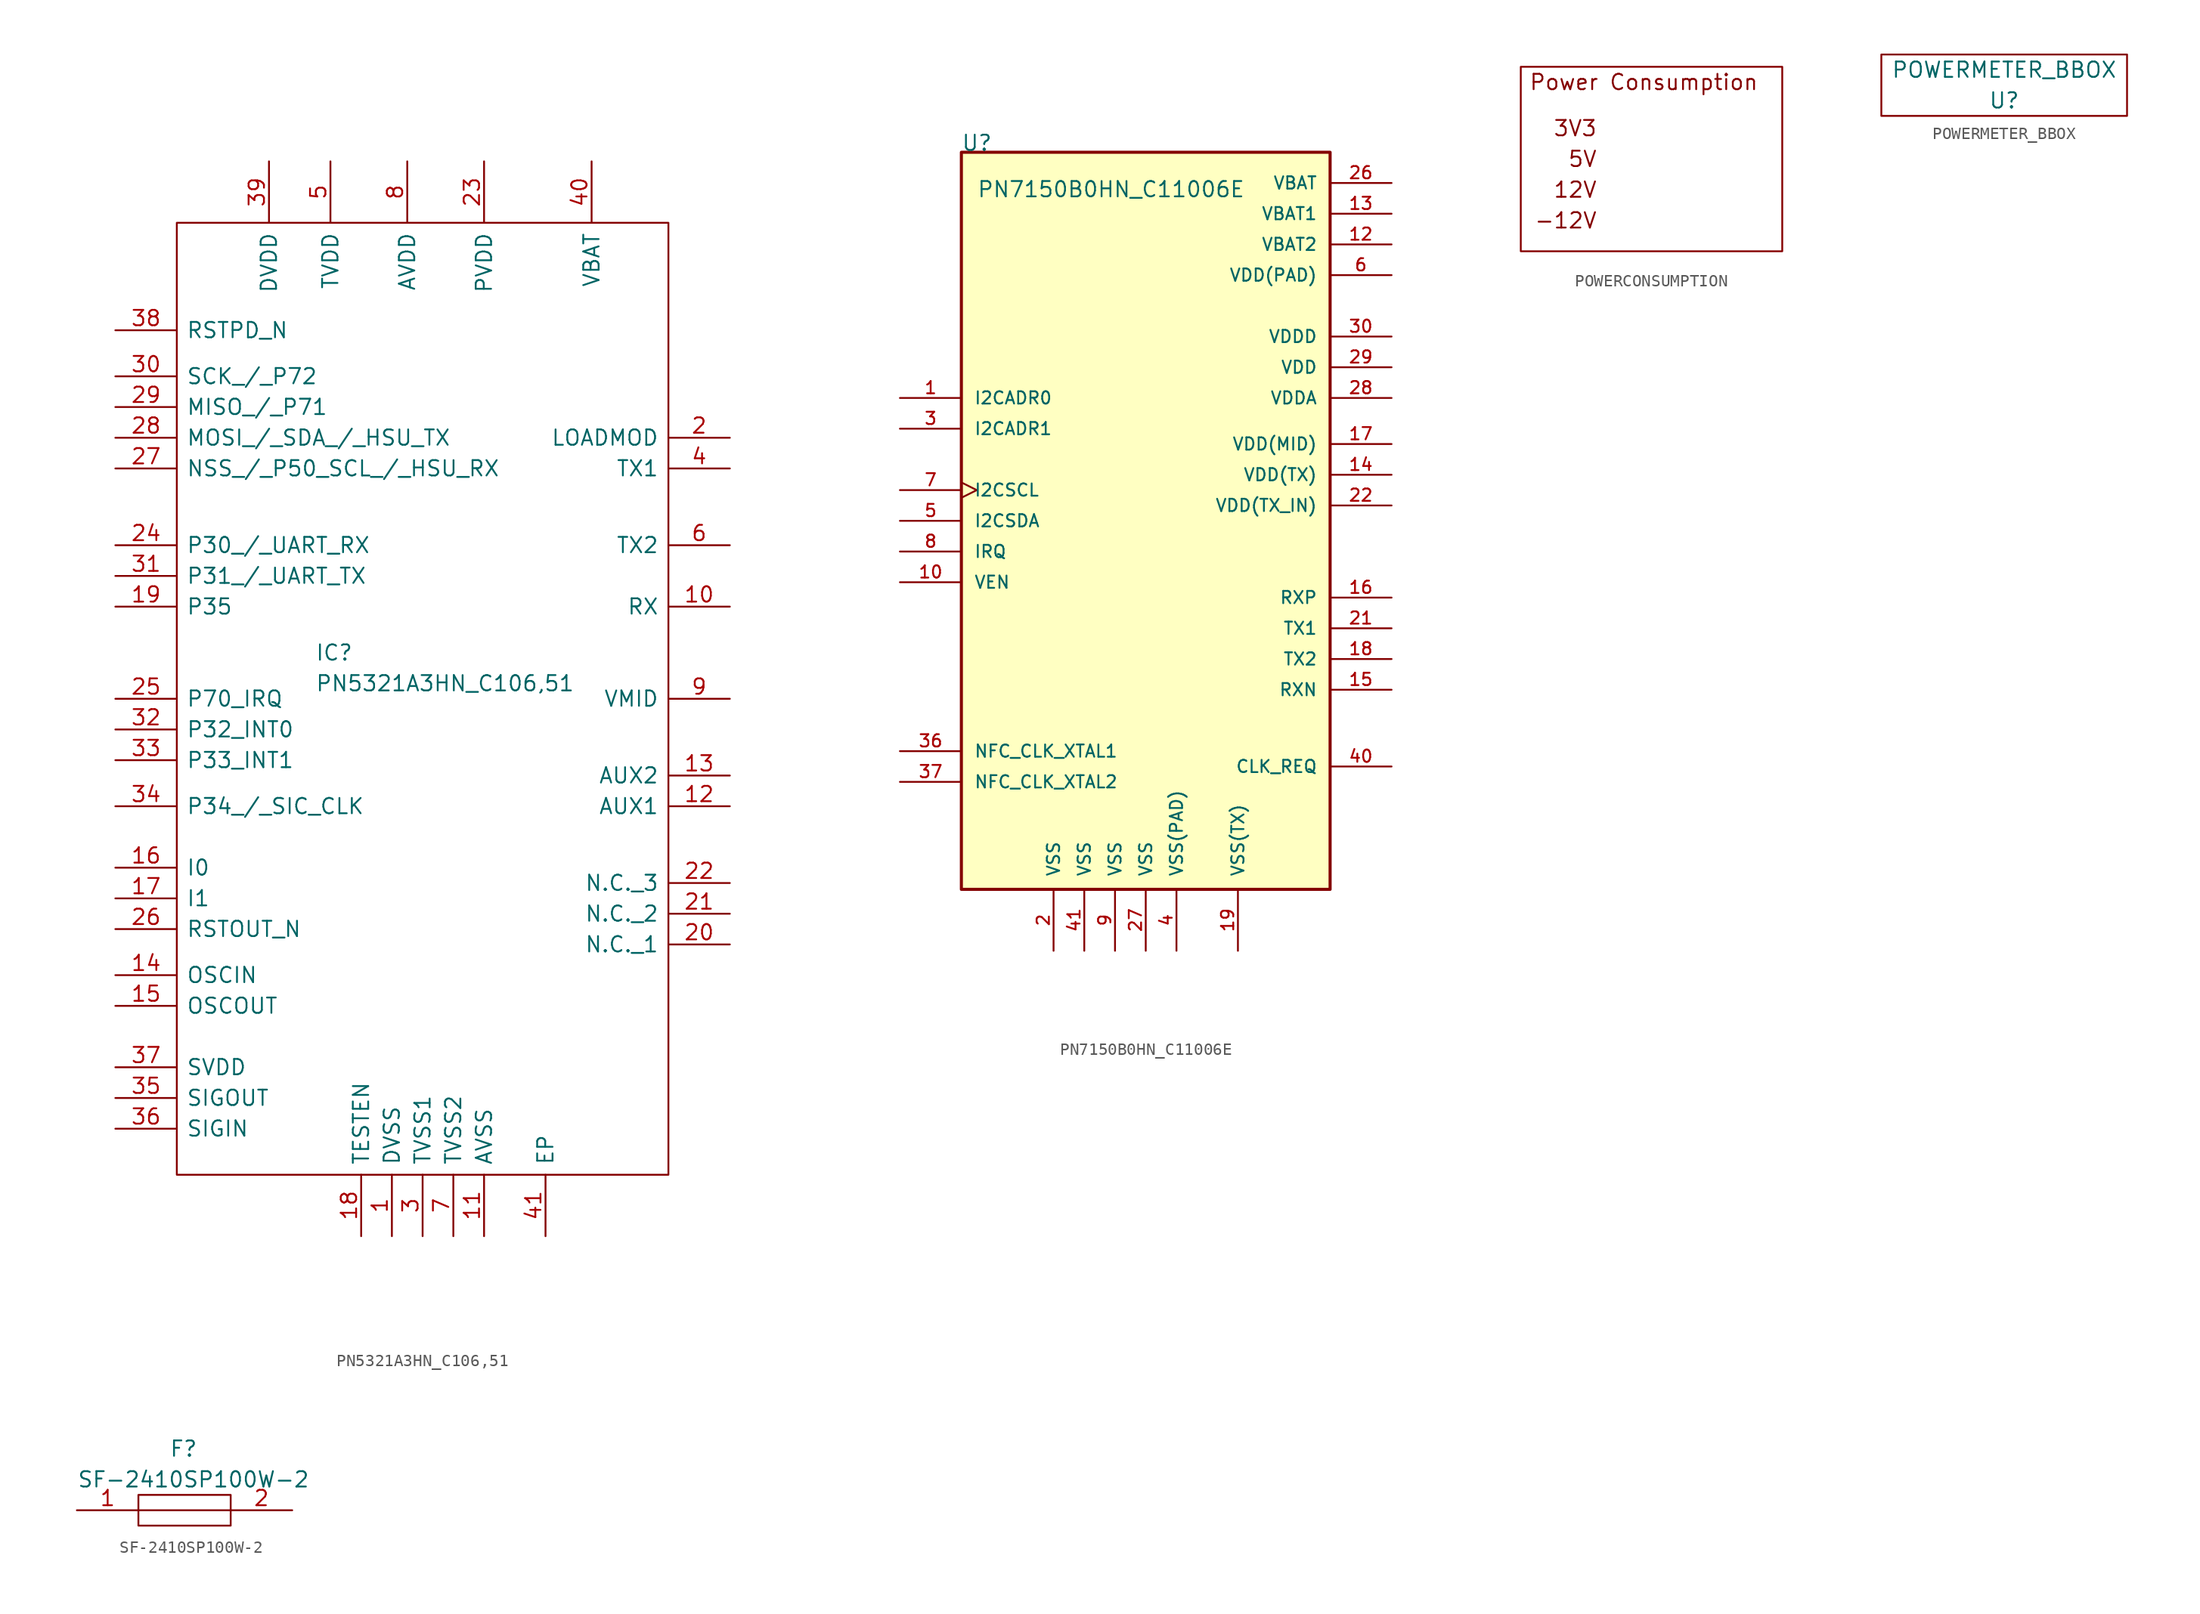
<source format=kicad_sym>
(kicad_symbol_lib
  (version 20211014)
  (generator kicad_symbol_editor)
  (symbol "PN5321A3HN_C106,51"
    (pin_names
      (offset 0.762))
    (property "Reference" "IC"
      (at -8.89 5.08 0)
      (effects (font (size 1.27 1.27)) (justify left)))
    (property "Value" "PN5321A3HN_C106,51"
      (at -8.89 2.54 0)
      (effects (font (size 1.27 1.27)) (justify left)))
    (symbol "PN5321A3HN_C106,51_0_0"
      (pin power_in line (at -2.54 -43.18 90) (length 5.08) (name "DVSS" (effects (font (size 1.27 1.27)))) (number "1" (effects (font (size 1.27 1.27)))))
      (pin passive line (at 25.4 8.89 180) (length 5.08) (name "RX" (effects (font (size 1.27 1.27)))) (number "10" (effects (font (size 1.27 1.27)))))
      (pin power_in line (at 5.08 -43.18 90) (length 5.08) (name "AVSS" (effects (font (size 1.27 1.27)))) (number "11" (effects (font (size 1.27 1.27)))))
      (pin output line (at 25.4 -7.62 180) (length 5.08) (name "AUX1" (effects (font (size 1.27 1.27)))) (number "12" (effects (font (size 1.27 1.27)))))
      (pin output line (at 25.4 -5.08 180) (length 5.08) (name "AUX2" (effects (font (size 1.27 1.27)))) (number "13" (effects (font (size 1.27 1.27)))))
      (pin passive line (at -25.4 -21.59 0) (length 5.08) (name "OSCIN" (effects (font (size 1.27 1.27)))) (number "14" (effects (font (size 1.27 1.27)))))
      (pin passive line (at -25.4 -24.13 0) (length 5.08) (name "OSCOUT" (effects (font (size 1.27 1.27)))) (number "15" (effects (font (size 1.27 1.27)))))
      (pin input line (at -25.4 -12.7 0) (length 5.08) (name "I0" (effects (font (size 1.27 1.27)))) (number "16" (effects (font (size 1.27 1.27)))))
      (pin input line (at -25.4 -15.24 0) (length 5.08) (name "I1" (effects (font (size 1.27 1.27)))) (number "17" (effects (font (size 1.27 1.27)))))
      (pin passive line (at -5.08 -43.18 90) (length 5.08) (name "TESTEN" (effects (font (size 1.27 1.27)))) (number "18" (effects (font (size 1.27 1.27)))))
      (pin passive line (at -25.4 8.89 0) (length 5.08) (name "P35" (effects (font (size 1.27 1.27)))) (number "19" (effects (font (size 1.27 1.27)))))
      (pin passive line (at 25.4 22.86 180) (length 5.08) (name "LOADMOD" (effects (font (size 1.27 1.27)))) (number "2" (effects (font (size 1.27 1.27)))))
      (pin passive line (at 25.4 -19.05 180) (length 5.08) (name "N.C._1" (effects (font (size 1.27 1.27)))) (number "20" (effects (font (size 1.27 1.27)))))
      (pin passive line (at 25.4 -16.51 180) (length 5.08) (name "N.C._2" (effects (font (size 1.27 1.27)))) (number "21" (effects (font (size 1.27 1.27)))))
      (pin passive line (at 25.4 -13.97 180) (length 5.08) (name "N.C._3" (effects (font (size 1.27 1.27)))) (number "22" (effects (font (size 1.27 1.27)))))
      (pin power_in line (at 5.08 45.72 270) (length 5.08) (name "PVDD" (effects (font (size 1.27 1.27)))) (number "23" (effects (font (size 1.27 1.27)))))
      (pin input line (at -25.4 13.97 0) (length 5.08) (name "P30_/_UART_RX" (effects (font (size 1.27 1.27)))) (number "24" (effects (font (size 1.27 1.27)))))
      (pin output line (at -25.4 1.27 0) (length 5.08) (name "P70_IRQ" (effects (font (size 1.27 1.27)))) (number "25" (effects (font (size 1.27 1.27)))))
      (pin output line (at -25.4 -17.78 0) (length 5.08) (name "RSTOUT_N" (effects (font (size 1.27 1.27)))) (number "26" (effects (font (size 1.27 1.27)))))
      (pin input line (at -25.4 20.32 0) (length 5.08) (name "NSS_/_P50_SCL_/_HSU_RX" (effects (font (size 1.27 1.27)))) (number "27" (effects (font (size 1.27 1.27)))))
      (pin bidirectional line (at -25.4 22.86 0) (length 5.08) (name "MOSI_/_SDA_/_HSU_TX" (effects (font (size 1.27 1.27)))) (number "28" (effects (font (size 1.27 1.27)))))
      (pin bidirectional line (at -25.4 25.4 0) (length 5.08) (name "MISO_/_P71" (effects (font (size 1.27 1.27)))) (number "29" (effects (font (size 1.27 1.27)))))
      (pin power_in line (at 0 -43.18 90) (length 5.08) (name "TVSS1" (effects (font (size 1.27 1.27)))) (number "3" (effects (font (size 1.27 1.27)))))
      (pin input line (at -25.4 27.94 0) (length 5.08) (name "SCK_/_P72" (effects (font (size 1.27 1.27)))) (number "30" (effects (font (size 1.27 1.27)))))
      (pin output line (at -25.4 11.43 0) (length 5.08) (name "P31_/_UART_TX" (effects (font (size 1.27 1.27)))) (number "31" (effects (font (size 1.27 1.27)))))
      (pin bidirectional line (at -25.4 -1.27 0) (length 5.08) (name "P32_INT0" (effects (font (size 1.27 1.27)))) (number "32" (effects (font (size 1.27 1.27)))))
      (pin bidirectional line (at -25.4 -3.81 0) (length 5.08) (name "P33_INT1" (effects (font (size 1.27 1.27)))) (number "33" (effects (font (size 1.27 1.27)))))
      (pin passive line (at -25.4 -7.62 0) (length 5.08) (name "P34_/_SIC_CLK" (effects (font (size 1.27 1.27)))) (number "34" (effects (font (size 1.27 1.27)))))
      (pin output line (at -25.4 -31.75 0) (length 5.08) (name "SIGOUT" (effects (font (size 1.27 1.27)))) (number "35" (effects (font (size 1.27 1.27)))))
      (pin input line (at -25.4 -34.29 0) (length 5.08) (name "SIGIN" (effects (font (size 1.27 1.27)))) (number "36" (effects (font (size 1.27 1.27)))))
      (pin power_out line (at -25.4 -29.21 0) (length 5.08) (name "SVDD" (effects (font (size 1.27 1.27)))) (number "37" (effects (font (size 1.27 1.27)))))
      (pin input line (at -25.4 31.75 0) (length 5.08) (name "RSTPD_N" (effects (font (size 1.27 1.27)))) (number "38" (effects (font (size 1.27 1.27)))))
      (pin power_out line (at -12.7 45.72 270) (length 5.08) (name "DVDD" (effects (font (size 1.27 1.27)))) (number "39" (effects (font (size 1.27 1.27)))))
      (pin passive line (at 25.4 20.32 180) (length 5.08) (name "TX1" (effects (font (size 1.27 1.27)))) (number "4" (effects (font (size 1.27 1.27)))))
      (pin power_in line (at 13.97 45.72 270) (length 5.08) (name "VBAT" (effects (font (size 1.27 1.27)))) (number "40" (effects (font (size 1.27 1.27)))))
      (pin passive line (at 10.16 -43.18 90) (length 5.08) (name "EP" (effects (font (size 1.27 1.27)))) (number "41" (effects (font (size 1.27 1.27)))))
      (pin power_in line (at -7.62 45.72 270) (length 5.08) (name "TVDD" (effects (font (size 1.27 1.27)))) (number "5" (effects (font (size 1.27 1.27)))))
      (pin passive line (at 25.4 13.97 180) (length 5.08) (name "TX2" (effects (font (size 1.27 1.27)))) (number "6" (effects (font (size 1.27 1.27)))))
      (pin power_in line (at 2.54 -43.18 90) (length 5.08) (name "TVSS2" (effects (font (size 1.27 1.27)))) (number "7" (effects (font (size 1.27 1.27)))))
      (pin power_in line (at -1.27 45.72 270) (length 5.08) (name "AVDD" (effects (font (size 1.27 1.27)))) (number "8" (effects (font (size 1.27 1.27)))))
      (pin passive line (at 25.4 1.27 180) (length 5.08) (name "VMID" (effects (font (size 1.27 1.27)))) (number "9" (effects (font (size 1.27 1.27))))))
    (symbol "PN5321A3HN_C106,51_0_1"
      (rectangle (start -20.32 40.64) (end 20.32 -38.1) (stroke (width 0) (type default) (color 0 0 0 0)) (fill (type none)))))
  (symbol "PN7150B0HN_C11006E"
    (pin_names
      (offset 1.016))
    (property "Reference" "U"
      (at -15.265 30.505 0)
      (effects (font (size 1.27 1.27)) (justify left bottom)))
    (property "Value" "PN7150B0HN_C11006E"
      (at -13.97 26.67 0)
      (effects (font (size 1.27 1.27)) (justify left bottom)))
    (symbol "PN7150B0HN_C11006E_0_0"
      (rectangle (start -15.24 -30.48) (end 15.24 30.48) (stroke (width 0.254) (type default) (color 0 0 0 0)) (fill (type background)))
      (pin input line (at -20.32 10.16 0) (length 5.08) (name "I2CADR0" (effects (font (size 1.016 1.016)))) (number "1" (effects (font (size 1.016 1.016)))))
      (pin input line (at -20.32 -5.08 0) (length 5.08) (name "VEN" (effects (font (size 1.016 1.016)))) (number "10" (effects (font (size 1.016 1.016)))))
      (pin power_in line (at 20.32 22.86 180) (length 5.08) (name "VBAT2" (effects (font (size 1.016 1.016)))) (number "12" (effects (font (size 1.016 1.016)))))
      (pin power_in line (at 20.32 25.4 180) (length 5.08) (name "VBAT1" (effects (font (size 1.016 1.016)))) (number "13" (effects (font (size 1.016 1.016)))))
      (pin passive line (at 20.32 3.81 180) (length 5.08) (name "VDD(TX)" (effects (font (size 1.016 1.016)))) (number "14" (effects (font (size 1.016 1.016)))))
      (pin input line (at 20.32 -13.97 180) (length 5.08) (name "RXN" (effects (font (size 1.016 1.016)))) (number "15" (effects (font (size 1.016 1.016)))))
      (pin input line (at 20.32 -6.35 180) (length 5.08) (name "RXP" (effects (font (size 1.016 1.016)))) (number "16" (effects (font (size 1.016 1.016)))))
      (pin passive line (at 20.32 6.35 180) (length 5.08) (name "VDD(MID)" (effects (font (size 1.016 1.016)))) (number "17" (effects (font (size 1.016 1.016)))))
      (pin output line (at 20.32 -11.43 180) (length 5.08) (name "TX2" (effects (font (size 1.016 1.016)))) (number "18" (effects (font (size 1.016 1.016)))))
      (pin power_in line (at 7.62 -35.56 90) (length 5.08) (name "VSS(TX)" (effects (font (size 1.016 1.016)))) (number "19" (effects (font (size 1.016 1.016)))))
      (pin power_in line (at -7.62 -35.56 90) (length 5.08) (name "VSS" (effects (font (size 1.016 1.016)))) (number "2" (effects (font (size 1.016 1.016)))))
      (pin output line (at 20.32 -8.89 180) (length 5.08) (name "TX1" (effects (font (size 1.016 1.016)))) (number "21" (effects (font (size 1.016 1.016)))))
      (pin passive line (at 20.32 1.27 180) (length 5.08) (name "VDD(TX_IN)" (effects (font (size 1.016 1.016)))) (number "22" (effects (font (size 1.016 1.016)))))
      (pin power_in line (at 20.32 27.94 180) (length 5.08) (name "VBAT" (effects (font (size 1.016 1.016)))) (number "26" (effects (font (size 1.016 1.016)))))
      (pin power_in line (at 0 -35.56 90) (length 5.08) (name "VSS" (effects (font (size 1.016 1.016)))) (number "27" (effects (font (size 1.016 1.016)))))
      (pin power_in line (at 20.32 10.16 180) (length 5.08) (name "VDDA" (effects (font (size 1.016 1.016)))) (number "28" (effects (font (size 1.016 1.016)))))
      (pin power_out line (at 20.32 12.7 180) (length 5.08) (name "VDD" (effects (font (size 1.016 1.016)))) (number "29" (effects (font (size 1.016 1.016)))))
      (pin input line (at -20.32 7.62 0) (length 5.08) (name "I2CADR1" (effects (font (size 1.016 1.016)))) (number "3" (effects (font (size 1.016 1.016)))))
      (pin power_in line (at 20.32 15.24 180) (length 5.08) (name "VDDD" (effects (font (size 1.016 1.016)))) (number "30" (effects (font (size 1.016 1.016)))))
      (pin input line (at -20.32 -19.05 0) (length 5.08) (name "NFC_CLK_XTAL1" (effects (font (size 1.016 1.016)))) (number "36" (effects (font (size 1.016 1.016)))))
      (pin output line (at -20.32 -21.59 0) (length 5.08) (name "NFC_CLK_XTAL2" (effects (font (size 1.016 1.016)))) (number "37" (effects (font (size 1.016 1.016)))))
      (pin power_in line (at 2.54 -35.56 90) (length 5.08) (name "VSS(PAD)" (effects (font (size 1.016 1.016)))) (number "4" (effects (font (size 1.016 1.016)))))
      (pin output line (at 20.32 -20.32 180) (length 5.08) (name "CLK_REQ" (effects (font (size 1.016 1.016)))) (number "40" (effects (font (size 1.016 1.016)))))
      (pin power_in line (at -5.08 -35.56 90) (length 5.08) (name "VSS" (effects (font (size 1.016 1.016)))) (number "41" (effects (font (size 1.016 1.016)))))
      (pin bidirectional line (at -20.32 0 0) (length 5.08) (name "I2CSDA" (effects (font (size 1.016 1.016)))) (number "5" (effects (font (size 1.016 1.016)))))
      (pin power_in line (at 20.32 20.32 180) (length 5.08) (name "VDD(PAD)" (effects (font (size 1.016 1.016)))) (number "6" (effects (font (size 1.016 1.016)))))
      (pin input clock (at -20.32 2.54 0) (length 5.08) (name "I2CSCL" (effects (font (size 1.016 1.016)))) (number "7" (effects (font (size 1.016 1.016)))))
      (pin output line (at -20.32 -2.54 0) (length 5.08) (name "IRQ" (effects (font (size 1.016 1.016)))) (number "8" (effects (font (size 1.016 1.016)))))
      (pin power_in line (at -2.54 -35.56 90) (length 5.08) (name "VSS" (effects (font (size 1.016 1.016)))) (number "9" (effects (font (size 1.016 1.016)))))))
  (symbol "POWERCONSUMPTION"
    (pin_names
      (offset 1.016))
    (property "Reference" "#NONE"
      (at 0 13.97 0)
      (effects (font (size 2.54 2.54)) hide))
    (symbol "POWERCONSUMPTION_0_0"
      (rectangle (start -10.16 7.62) (end 11.43 -7.62) (stroke (width 0) (type default) (color 0 0 0 0)) (fill (type none)))
      (text "-12V" (at -3.81 -5.08 0) (effects (font (size 1.27 1.27)) (justify right)))
      (text "12V" (at -3.81 -2.54 0) (effects (font (size 1.27 1.27)) (justify right)))
      (text "3V3" (at -3.81 2.54 0) (effects (font (size 1.27 1.27)) (justify right)))
      (text "5V" (at -3.81 0 0) (effects (font (size 1.27 1.27)) (justify right)))
      (text "Power Consumption" (at 0 6.35 0) (effects (font (size 1.27 1.27))))))
  (symbol "POWERMETER_BBOX"
    (pin_names
      (offset 1.016))
    (property "Reference" "U"
      (at 0 0 0)
      (effects (font (size 1.27 1.27))))
    (property "Value" "POWERMETER_BBOX"
      (at 0 2.54 0)
      (effects (font (size 1.27 1.27))))
    (symbol "POWERMETER_BBOX_0_1"
      (rectangle (start -10.16 3.81) (end 10.16 -1.27) (stroke (width 0) (type default) (color 0 0 0 0)) (fill (type none)))))
  (symbol "SF-2410SP100W-2"
    (pin_names
      (offset 0.762))
    (property "Reference" "F"
      (at -2.54 5.08 0)
      (effects (font (size 1.27 1.27)) (justify left)))
    (property "Value" "SF-2410SP100W-2"
      (at -10.16 2.54 0)
      (effects (font (size 1.27 1.27)) (justify left)))
    (symbol "SF-2410SP100W-2_0_0"
      (pin passive line (at -10.16 0 0) (length 5.08) (name "~" (effects (font (size 1.27 1.27)))) (number "1" (effects (font (size 1.27 1.27)))))
      (pin passive line (at 7.62 0 180) (length 5.08) (name "~" (effects (font (size 1.27 1.27)))) (number "2" (effects (font (size 1.27 1.27))))))
    (symbol "SF-2410SP100W-2_0_1"
      (polyline (pts (xy -5.08 0) (xy 2.54 0)) (stroke (width 0.152) (type default) (color 0 0 0 0)) (fill (type none)))
      (polyline (pts (xy -5.08 1.27) (xy 2.54 1.27) (xy 2.54 -1.27) (xy -5.08 -1.27) (xy -5.08 1.27)) (stroke (width 0.152) (type default) (color 0 0 0 0)) (fill (type none))))))
</source>
